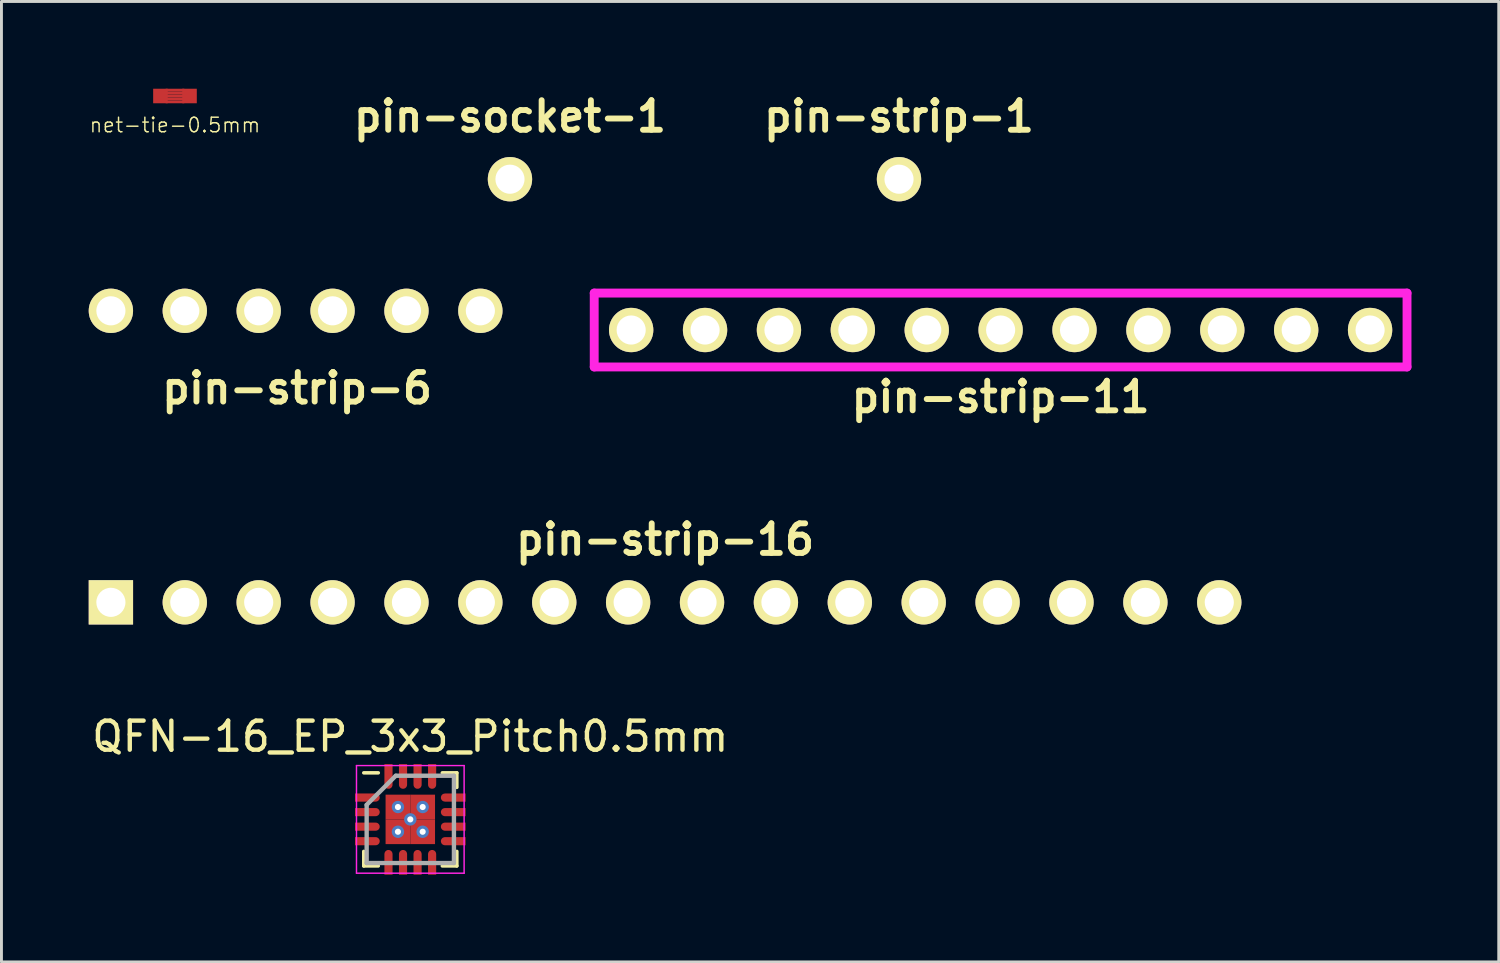
<source format=kicad_pcb>
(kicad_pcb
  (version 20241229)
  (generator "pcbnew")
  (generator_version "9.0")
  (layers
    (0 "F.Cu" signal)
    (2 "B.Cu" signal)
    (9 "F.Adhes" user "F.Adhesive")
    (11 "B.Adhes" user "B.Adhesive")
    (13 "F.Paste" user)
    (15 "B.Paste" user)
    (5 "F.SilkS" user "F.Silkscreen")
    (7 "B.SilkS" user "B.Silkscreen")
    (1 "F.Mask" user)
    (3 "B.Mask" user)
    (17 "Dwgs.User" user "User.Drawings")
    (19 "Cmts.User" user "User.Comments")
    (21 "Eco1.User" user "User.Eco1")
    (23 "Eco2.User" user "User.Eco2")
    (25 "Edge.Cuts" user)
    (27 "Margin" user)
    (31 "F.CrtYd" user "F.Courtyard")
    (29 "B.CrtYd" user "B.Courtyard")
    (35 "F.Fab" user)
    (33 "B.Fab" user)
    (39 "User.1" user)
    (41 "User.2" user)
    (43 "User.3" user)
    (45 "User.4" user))
  (footprint "QFN-16_EP_3x3_Pitch0.5mm"
    (layer "F.Cu")
    (at 11.054 25.116)
    (property "Reference" "QFN-16_EP_3x3_Pitch0.5mm" (at 0 -2.85 0) (layer "F.SilkS") (effects (font (size 1 1) (thickness 0.15))))
    (attr smd)
    (fp_line (start -1.6 1.6) (end -1.6 1.1) (stroke (width 0.12) (type solid)) (layer "F.SilkS"))
    (fp_line (start -1.1 -1.6) (end -1.6 -1.6) (stroke (width 0.12) (type solid)) (layer "F.SilkS"))
    (fp_line (start -1.1 1.6) (end -1.6 1.6) (stroke (width 0.12) (type solid)) (layer "F.SilkS"))
    (fp_line (start 1.1 -1.6) (end 1.6 -1.6) (stroke (width 0.12) (type solid)) (layer "F.SilkS"))
    (fp_line (start 1.1 1.6) (end 1.6 1.6) (stroke (width 0.12) (type solid)) (layer "F.SilkS"))
    (fp_line (start 1.6 -1.6) (end 1.6 -1.1) (stroke (width 0.12) (type solid)) (layer "F.SilkS"))
    (fp_line (start 1.6 1.6) (end 1.6 1.1) (stroke (width 0.12) (type solid)) (layer "F.SilkS"))
    (fp_line (start -1.85 -1.85) (end 1.85 -1.85) (stroke (width 0.05) (type solid)) (layer "F.CrtYd"))
    (fp_line (start -1.85 1.85) (end -1.85 -1.85) (stroke (width 0.05) (type solid)) (layer "F.CrtYd"))
    (fp_line (start 1.85 -1.85) (end 1.85 1.85) (stroke (width 0.05) (type solid)) (layer "F.CrtYd"))
    (fp_line (start 1.85 1.85) (end -1.85 1.85) (stroke (width 0.05) (type solid)) (layer "F.CrtYd"))
    (fp_line (start -1.5 -0.5) (end -1.5 1.5) (stroke (width 0.15) (type solid)) (layer "F.Fab"))
    (fp_line (start -1.5 1.5) (end 1.5 1.5) (stroke (width 0.15) (type solid)) (layer "F.Fab"))
    (fp_line (start -0.5 -1.5) (end -1.5 -0.5) (stroke (width 0.15) (type solid)) (layer "F.Fab"))
    (fp_line (start 1.5 -1.5) (end -0.5 -1.5) (stroke (width 0.15) (type solid)) (layer "F.Fab"))
    (fp_line (start 1.5 1.5) (end 1.5 -1.5) (stroke (width 0.15) (type solid)) (layer "F.Fab"))
    (pad "1" smd custom (at -1.545 -0.75 90) (size 0.28 0.71) (layers "F.Cu" "F.Mask" "F.Paste") (options (anchor rect)) (primitives (gr_circle (center 0 0.355) (end 0.14 0.355) (width 0) (fill yes))))
    (pad "2" smd custom (at -1.545 -0.25 90) (size 0.28 0.71) (layers "F.Cu" "F.Mask" "F.Paste") (options (anchor rect)) (primitives (gr_circle (center 0 0.355) (end 0.14 0.355) (width 0) (fill yes))))
    (pad "3" smd custom (at -1.545 0.25 90) (size 0.28 0.71) (layers "F.Cu" "F.Mask" "F.Paste") (options (anchor rect)) (primitives (gr_circle (center 0 0.355) (end 0.14 0.355) (width 0) (fill yes))))
    (pad "4" smd custom (at -1.545 0.75 90) (size 0.28 0.71) (layers "F.Cu" "F.Mask" "F.Paste") (options (anchor rect)) (primitives (gr_circle (center 0 0.355) (end 0.14 0.355) (width 0) (fill yes))))
    (pad "5" smd custom (at -0.75 1.545 180) (size 0.28 0.71) (layers "F.Cu" "F.Mask" "F.Paste") (options (anchor rect)) (primitives (gr_circle (center 0 0.355) (end 0.14 0.355) (width 0) (fill yes))))
    (pad "6" smd custom (at -0.25 1.545 180) (size 0.28 0.71) (layers "F.Cu" "F.Mask" "F.Paste") (options (anchor rect)) (primitives (gr_circle (center 0 0.355) (end 0.14 0.355) (width 0) (fill yes))))
    (pad "7" smd custom (at 0.25 1.545 180) (size 0.28 0.71) (layers "F.Cu" "F.Mask" "F.Paste") (options (anchor rect)) (primitives (gr_circle (center 0 0.355) (end 0.14 0.355) (width 0) (fill yes))))
    (pad "8" smd custom (at 0.75 1.545 180) (size 0.28 0.71) (layers "F.Cu" "F.Mask" "F.Paste") (options (anchor rect)) (primitives (gr_circle (center 0 0.355) (end 0.14 0.355) (width 0) (fill yes))))
    (pad "9" smd custom (at 1.545 0.75 270) (size 0.28 0.71) (layers "F.Cu" "F.Mask" "F.Paste") (options (anchor rect)) (primitives (gr_circle (center 0 0.355) (end 0.14 0.355) (width 0) (fill yes))))
    (pad "10" smd custom (at 1.545 0.25 270) (size 0.28 0.71) (layers "F.Cu" "F.Mask" "F.Paste") (options (anchor rect)) (primitives (gr_circle (center 0 0.355) (end 0.14 0.355) (width 0) (fill yes))))
    (pad "11" smd custom (at 1.545 -0.25 270) (size 0.28 0.71) (layers "F.Cu" "F.Mask" "F.Paste") (options (anchor rect)) (primitives (gr_circle (center 0 0.355) (end 0.14 0.355) (width 0) (fill yes))))
    (pad "12" smd custom (at 1.545 -0.75 270) (size 0.28 0.71) (layers "F.Cu" "F.Mask" "F.Paste") (options (anchor rect)) (primitives (gr_circle (center 0 0.355) (end 0.14 0.355) (width 0) (fill yes))))
    (pad "13" smd custom (at 0.75 -1.545) (size 0.28 0.71) (layers "F.Cu" "F.Mask" "F.Paste") (options (anchor rect)) (primitives (gr_circle (center 0 0.355) (end 0.14 0.355) (width 0) (fill yes))))
    (pad "14" smd custom (at 0.25 -1.545) (size 0.28 0.71) (layers "F.Cu" "F.Mask" "F.Paste") (options (anchor rect)) (primitives (gr_circle (center 0 0.355) (end 0.14 0.355) (width 0) (fill yes))))
    (pad "15" smd custom (at -0.25 -1.545) (size 0.28 0.71) (layers "F.Cu" "F.Mask" "F.Paste") (options (anchor rect)) (primitives (gr_circle (center 0 0.355) (end 0.14 0.355) (width 0) (fill yes))))
    (pad "16" smd custom (at -0.75 -1.545) (size 0.28 0.71) (layers "F.Cu" "F.Mask" "F.Paste") (options (anchor rect)) (primitives (gr_circle (center 0 0.355) (end 0.14 0.355) (width 0) (fill yes))))
    (pad "17" thru_hole circle (at -0.425 -0.425) (size 0.425 0.425) (drill 0.212) (layers "*.Cu" "F.Mask"))
    (pad "17" smd rect (at -0.425 -0.425) (size 0.85 0.85) (layers "F.Cu" "F.Mask" "F.Paste"))
    (pad "17" thru_hole circle (at -0.425 0.425) (size 0.425 0.425) (drill 0.212) (layers "*.Cu" "F.Mask"))
    (pad "17" smd rect (at -0.425 0.425) (size 0.85 0.85) (layers "F.Cu" "F.Mask" "F.Paste"))
    (pad "17" thru_hole circle (at 0 0) (size 0.425 0.425) (drill 0.212) (layers "*.Cu" "F.Mask"))
    (pad "17" thru_hole circle (at 0.425 -0.425) (size 0.425 0.425) (drill 0.212) (layers "*.Cu" "F.Mask"))
    (pad "17" smd rect (at 0.425 -0.425) (size 0.85 0.85) (layers "F.Cu" "F.Mask" "F.Paste"))
    (pad "17" thru_hole circle (at 0.425 0.425) (size 0.425 0.425) (drill 0.212) (layers "*.Cu" "F.Mask"))
    (pad "17" smd rect (at 0.425 0.425) (size 0.85 0.85) (layers "F.Cu" "F.Mask" "F.Paste")))
  (footprint "pin-strip-6"
    (layer "F.Cu")
    (at 7.112 7.634)
    (property "Reference" "pin-strip-6" (at 0.05 2.66 0) (layer "F.SilkS") (effects (font (size 1.016 1.016) (thickness 0.203))))
    (attr through_hole)
    (pad "1" thru_hole circle (at -6.35 0) (size 1.524 1.524) (drill 1.001) (layers "*.Cu" "*.Mask" "F.SilkS"))
    (pad "2" thru_hole circle (at -3.81 0) (size 1.524 1.524) (drill 1.001) (layers "*.Cu" "*.Mask" "F.SilkS"))
    (pad "3" thru_hole circle (at -1.27 0) (size 1.524 1.524) (drill 1.001) (layers "*.Cu" "*.Mask" "F.SilkS"))
    (pad "4" thru_hole circle (at 1.27 0) (size 1.524 1.524) (drill 1.001) (layers "*.Cu" "*.Mask" "F.SilkS"))
    (pad "5" thru_hole circle (at 3.81 0) (size 1.524 1.524) (drill 1.001) (layers "*.Cu" "*.Mask" "F.SilkS"))
    (pad "6" thru_hole circle (at 6.35 0) (size 1.524 1.524) (drill 1.001) (layers "*.Cu" "*.Mask" "F.SilkS")))
  (footprint "pin-strip-16"
    (layer "F.Cu")
    (at 19.812 17.655)
    (property "Reference" "pin-strip-16" (at 0 -2.159 0) (layer "F.SilkS") (effects (font (size 1.016 1.016) (thickness 0.203))))
    (attr through_hole)
    (pad "1" thru_hole rect (at -19.05 0) (size 1.524 1.524) (drill 1.001) (layers "*.Cu" "*.Mask" "F.SilkS"))
    (pad "2" thru_hole circle (at -16.51 0) (size 1.524 1.524) (drill 1.001) (layers "*.Cu" "*.Mask" "F.SilkS"))
    (pad "3" thru_hole circle (at -13.97 0) (size 1.524 1.524) (drill 1.001) (layers "*.Cu" "*.Mask" "F.SilkS"))
    (pad "4" thru_hole circle (at -11.43 0) (size 1.524 1.524) (drill 1.001) (layers "*.Cu" "*.Mask" "F.SilkS"))
    (pad "5" thru_hole circle (at -8.89 0) (size 1.524 1.524) (drill 1.001) (layers "*.Cu" "*.Mask" "F.SilkS"))
    (pad "6" thru_hole circle (at -6.35 0) (size 1.524 1.524) (drill 1.001) (layers "*.Cu" "*.Mask" "F.SilkS"))
    (pad "7" thru_hole circle (at -3.81 0) (size 1.524 1.524) (drill 1.001) (layers "*.Cu" "*.Mask" "F.SilkS"))
    (pad "8" thru_hole circle (at -1.27 0) (size 1.524 1.524) (drill 1.001) (layers "*.Cu" "*.Mask" "F.SilkS"))
    (pad "9" thru_hole circle (at 1.27 0) (size 1.524 1.524) (drill 1.001) (layers "*.Cu" "*.Mask" "F.SilkS"))
    (pad "10" thru_hole circle (at 3.81 0) (size 1.524 1.524) (drill 1.001) (layers "*.Cu" "*.Mask" "F.SilkS"))
    (pad "11" thru_hole circle (at 6.35 0) (size 1.524 1.524) (drill 1.001) (layers "*.Cu" "*.Mask" "F.SilkS"))
    (pad "12" thru_hole circle (at 8.89 0) (size 1.524 1.524) (drill 1.001) (layers "*.Cu" "*.Mask" "F.SilkS"))
    (pad "13" thru_hole circle (at 11.43 0) (size 1.524 1.524) (drill 1.001) (layers "*.Cu" "*.Mask" "F.SilkS"))
    (pad "14" thru_hole circle (at 13.97 0) (size 1.524 1.524) (drill 1.001) (layers "*.Cu" "*.Mask" "F.SilkS"))
    (pad "15" thru_hole circle (at 16.51 0) (size 1.524 1.524) (drill 1.001) (layers "*.Cu" "*.Mask" "F.SilkS"))
    (pad "16" thru_hole circle (at 19.05 0) (size 1.524 1.524) (drill 1.001) (layers "*.Cu" "*.Mask" "F.SilkS")))
  (footprint "net-tie-0.5mm"
    (layer "F.Cu")
    (at 2.965 0.25)
    (property "Reference" "net-tie-0.5mm" (at 0 1 0) (layer "F.SilkS") (effects (font (size 0.5 0.5) (thickness 0.05))))
    (attr through_hole)
    (fp_line (start -0.3 -0.2) (end 0.3 -0.2) (stroke (width 0.1) (type solid)) (layer "F.Cu"))
    (fp_line (start -0.3 -0.1) (end 0.3 -0.1) (stroke (width 0.1) (type solid)) (layer "F.Cu"))
    (fp_line (start -0.3 0) (end 0.3 0) (stroke (width 0.1) (type solid)) (layer "F.Cu"))
    (fp_line (start -0.3 0.1) (end 0.3 0.1) (stroke (width 0.1) (type solid)) (layer "F.Cu"))
    (fp_line (start -0.3 0.2) (end 0.3 0.2) (stroke (width 0.1) (type solid)) (layer "F.Cu"))
    (pad "1" smd rect (at -0.5 0) (size 0.5 0.5) (layers "F.Cu"))
    (pad "2" smd rect (at 0.5 0) (size 0.5 0.5) (layers "F.Cu")))
  (footprint "pin-socket-1"
    (layer "F.Cu")
    (at 14.48 3.11)
    (property "Reference" "pin-socket-1" (at 0 -2.159 0) (layer "F.SilkS") (effects (font (size 1.016 1.016) (thickness 0.203))))
    (attr through_hole)
    (pad "1" thru_hole circle (at 0 0) (size 1.524 1.524) (drill 1.001) (layers "*.Cu" "*.Mask" "F.SilkS")))
  (footprint "pin-strip-11"
    (layer "F.Cu")
    (at 31.346 8.294)
    (property "Reference" "pin-strip-11" (at 0 2.3 0) (layer "F.SilkS") (effects (font (size 1.016 1.016) (thickness 0.203))))
    (attr through_hole)
    (fp_line (start -13.97 -1.27) (end 13.97 -1.27) (stroke (width 0.305) (type solid)) (layer "F.CrtYd"))
    (fp_line (start -13.97 1.27) (end -13.97 -1.27) (stroke (width 0.305) (type solid)) (layer "F.CrtYd"))
    (fp_line (start 13.97 -1.27) (end 13.97 1.27) (stroke (width 0.305) (type solid)) (layer "F.CrtYd"))
    (fp_line (start 13.97 1.27) (end -13.97 1.27) (stroke (width 0.305) (type solid)) (layer "F.CrtYd"))
    (pad "1" thru_hole circle (at -12.7 0) (size 1.524 1.524) (drill 1.001) (layers "*.Cu" "*.Mask" "F.SilkS"))
    (pad "2" thru_hole circle (at -10.16 0) (size 1.524 1.524) (drill 1.001) (layers "*.Cu" "*.Mask" "F.SilkS"))
    (pad "3" thru_hole circle (at -7.62 0) (size 1.524 1.524) (drill 1.001) (layers "*.Cu" "*.Mask" "F.SilkS"))
    (pad "4" thru_hole circle (at -5.08 0) (size 1.524 1.524) (drill 1.001) (layers "*.Cu" "*.Mask" "F.SilkS"))
    (pad "5" thru_hole circle (at -2.54 0) (size 1.524 1.524) (drill 1.001) (layers "*.Cu" "*.Mask" "F.SilkS"))
    (pad "6" thru_hole circle (at 0 0) (size 1.524 1.524) (drill 1.001) (layers "*.Cu" "*.Mask" "F.SilkS"))
    (pad "7" thru_hole circle (at 2.54 0) (size 1.524 1.524) (drill 1.001) (layers "*.Cu" "*.Mask" "F.SilkS"))
    (pad "8" thru_hole circle (at 5.08 0) (size 1.524 1.524) (drill 1.001) (layers "*.Cu" "*.Mask" "F.SilkS"))
    (pad "9" thru_hole circle (at 7.62 0) (size 1.524 1.524) (drill 1.001) (layers "*.Cu" "*.Mask" "F.SilkS"))
    (pad "10" thru_hole circle (at 10.16 0) (size 1.524 1.524) (drill 1.001) (layers "*.Cu" "*.Mask" "F.SilkS"))
    (pad "11" thru_hole circle (at 12.7 0) (size 1.524 1.524) (drill 1.001) (layers "*.Cu" "*.Mask" "F.SilkS")))
  (footprint "pin-strip-1"
    (layer "F.Cu")
    (at 27.853 3.11)
    (property "Reference" "pin-strip-1" (at 0 -2.159 0) (layer "F.SilkS") (effects (font (size 1.016 1.016) (thickness 0.203))))
    (attr through_hole)
    (pad "1" thru_hole circle (at 0 0) (size 1.524 1.524) (drill 1.001) (layers "*.Cu" "*.Mask" "F.SilkS")))
  (gr_rect
    (start -3 -3)
    (end 48.469 30.016)
    (stroke (width 0.1) (type default))
    (fill no)
    (layer "Edge.Cuts")))
</source>
